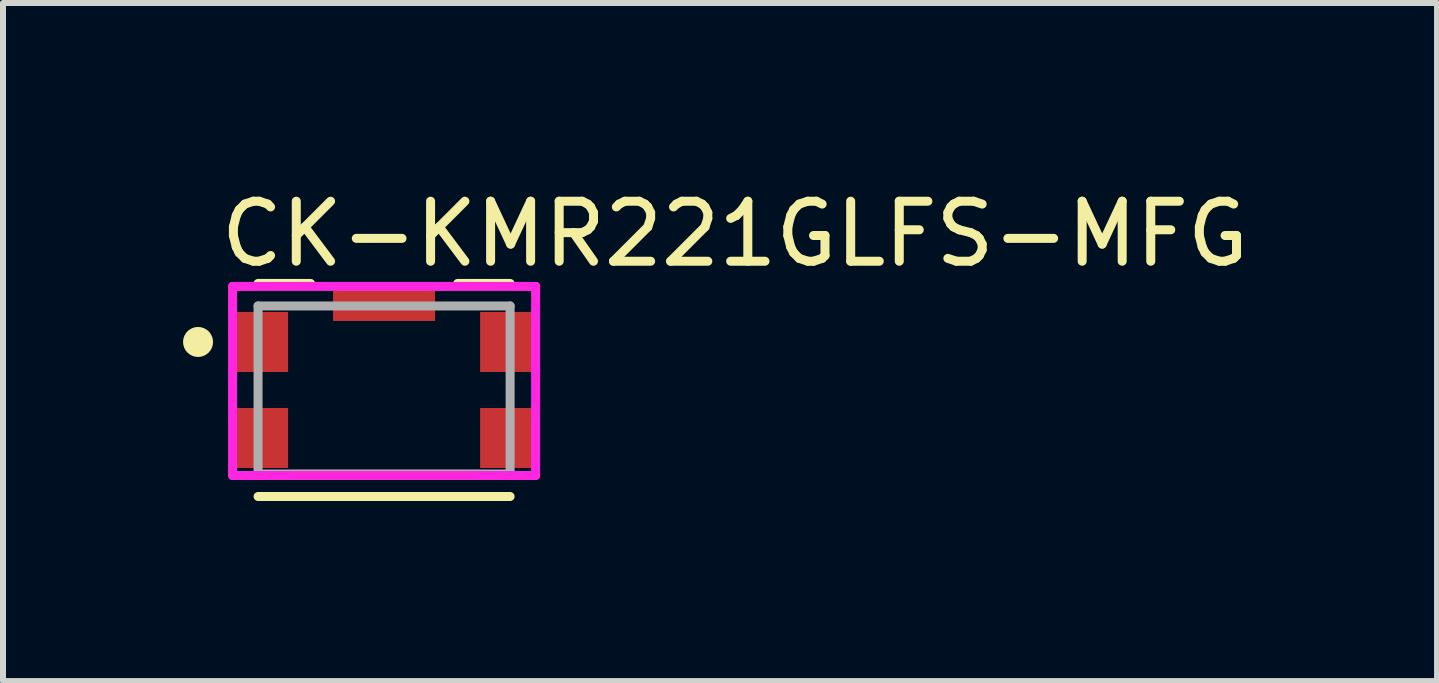
<source format=kicad_pcb>
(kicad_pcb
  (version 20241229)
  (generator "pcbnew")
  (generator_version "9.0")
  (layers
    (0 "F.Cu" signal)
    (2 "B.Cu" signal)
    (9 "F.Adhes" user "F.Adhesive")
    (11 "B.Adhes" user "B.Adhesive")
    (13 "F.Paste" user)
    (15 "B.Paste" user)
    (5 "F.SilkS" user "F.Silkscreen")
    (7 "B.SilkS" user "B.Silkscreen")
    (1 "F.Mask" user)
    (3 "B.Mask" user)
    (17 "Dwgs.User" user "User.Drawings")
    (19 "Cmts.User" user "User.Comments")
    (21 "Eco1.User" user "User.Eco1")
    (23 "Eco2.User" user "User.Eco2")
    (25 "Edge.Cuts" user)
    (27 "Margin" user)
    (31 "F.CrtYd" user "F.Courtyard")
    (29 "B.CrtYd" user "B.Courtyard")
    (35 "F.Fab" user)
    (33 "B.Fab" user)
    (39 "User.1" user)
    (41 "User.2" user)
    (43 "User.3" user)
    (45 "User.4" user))
  (footprint "CK-KMR221GLFS-MFG"
    (layer "F.Cu")
    (at 3.35 3.448)
    (property "Reference" "CK-KMR221GLFS-MFG" (at -2.8 -2.6 0) (layer "F.SilkS") (effects (font (size 1 1) (thickness 0.15)) (justify left)))
    (attr through_hole)
    (fp_line (start -2.1 -1.775) (end -1.225 -1.775) (stroke (width 0.15) (type solid)) (layer "F.SilkS"))
    (fp_line (start -2.1 1.775) (end 2.1 1.775) (stroke (width 0.15) (type solid)) (layer "F.SilkS"))
    (fp_line (start 2.1 -1.775) (end 1.225 -1.775) (stroke (width 0.15) (type solid)) (layer "F.SilkS"))
    (fp_circle (center -3.1 -0.8) (end -2.975 -0.8) (stroke (width 0.25) (type solid)) (fill no) (layer "F.SilkS"))
    (fp_line (start -2.525 -1.725) (end -2.525 1.425) (stroke (width 0.15) (type solid)) (layer "F.CrtYd"))
    (fp_line (start -2.525 1.425) (end 2.525 1.425) (stroke (width 0.15) (type solid)) (layer "F.CrtYd"))
    (fp_line (start 2.525 -1.725) (end -2.525 -1.725) (stroke (width 0.15) (type solid)) (layer "F.CrtYd"))
    (fp_line (start 2.525 -1.725) (end 2.525 -1.725) (stroke (width 0.15) (type solid)) (layer "F.CrtYd"))
    (fp_line (start 2.525 1.425) (end 2.525 -1.725) (stroke (width 0.15) (type solid)) (layer "F.CrtYd"))
    (fp_line (start -2.1 -1.4) (end 2.1 -1.4) (stroke (width 0.15) (type solid)) (layer "F.Fab"))
    (fp_line (start -2.1 1.4) (end -2.1 -1.4) (stroke (width 0.15) (type solid)) (layer "F.Fab"))
    (fp_line (start 2.1 -1.4) (end 2.1 1.4) (stroke (width 0.15) (type solid)) (layer "F.Fab"))
    (fp_line (start 2.1 1.4) (end -2.1 1.4) (stroke (width 0.15) (type solid)) (layer "F.Fab"))
    (pad "1" smd rect (at -2.05 -0.8) (size 0.9 1) (layers "F.Cu" "F.Mask" "F.Paste"))
    (pad "2" smd rect (at 2.05 -0.8) (size 0.9 1) (layers "F.Cu" "F.Mask" "F.Paste"))
    (pad "3" smd rect (at -2.05 0.8) (size 0.9 1) (layers "F.Cu" "F.Mask" "F.Paste"))
    (pad "4" smd rect (at 2.05 0.8) (size 0.9 1) (layers "F.Cu" "F.Mask" "F.Paste"))
    (pad "5" smd rect (at 0 -1.425) (size 1.7 0.55) (layers "F.Cu" "F.Mask" "F.Paste")))
  (gr_rect
    (start -3 -3)
    (end 20.895 8.298)
    (stroke (width 0.1) (type default))
    (fill no)
    (layer "Edge.Cuts")))
</source>
